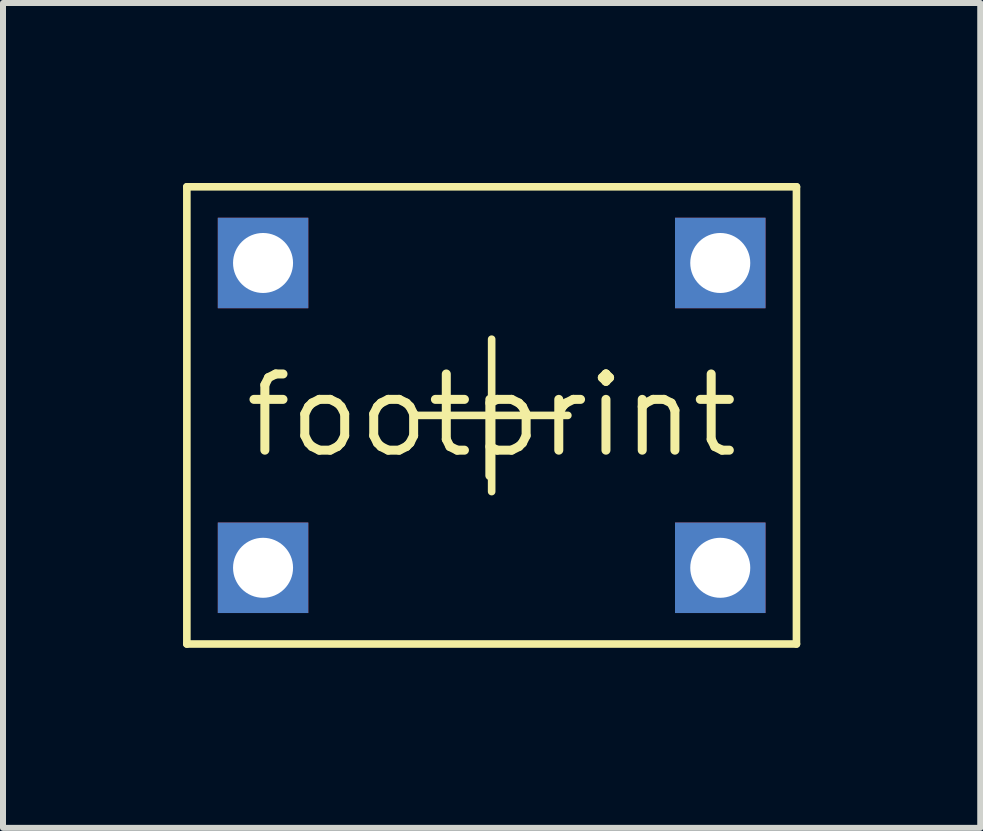
<source format=kicad_pcb>
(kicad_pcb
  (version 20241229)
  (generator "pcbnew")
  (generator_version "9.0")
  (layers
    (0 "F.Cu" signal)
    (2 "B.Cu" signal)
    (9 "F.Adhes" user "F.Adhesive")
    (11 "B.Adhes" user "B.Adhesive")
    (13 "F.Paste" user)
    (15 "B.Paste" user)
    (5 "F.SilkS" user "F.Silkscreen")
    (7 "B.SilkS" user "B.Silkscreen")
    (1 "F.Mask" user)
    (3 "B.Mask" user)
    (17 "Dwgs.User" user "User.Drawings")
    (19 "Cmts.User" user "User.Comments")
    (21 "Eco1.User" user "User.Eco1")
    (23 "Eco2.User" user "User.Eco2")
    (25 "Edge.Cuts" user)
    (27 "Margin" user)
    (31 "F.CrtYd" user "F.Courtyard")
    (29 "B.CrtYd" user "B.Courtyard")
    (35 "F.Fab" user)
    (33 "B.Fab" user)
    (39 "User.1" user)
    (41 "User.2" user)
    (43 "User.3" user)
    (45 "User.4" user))
  (footprint "footprint"
    (layer "F.Cu")
    (at 5.144 3.873)
    (property "Reference" "footprint" (at 0 0 0) (layer "F.SilkS") (effects (font (size 1.27 1.27) (thickness 0.15))))
    (fp_line (start -5.08 -3.81) (end 5.08 -3.81) (stroke (width 0.127) (type solid)) (layer "F.SilkS"))
    (fp_line (start -5.08 3.81) (end -5.08 -3.81) (stroke (width 0.127) (type solid)) (layer "F.SilkS"))
    (fp_line (start -1.27 0) (end 1.27 0) (stroke (width 0.127) (type solid)) (layer "F.SilkS"))
    (fp_line (start 0 -1.27) (end 0 1.27) (stroke (width 0.127) (type solid)) (layer "F.SilkS"))
    (fp_line (start 5.08 -3.81) (end 5.08 3.81) (stroke (width 0.127) (type solid)) (layer "F.SilkS"))
    (fp_line (start 5.08 3.81) (end -5.08 3.81) (stroke (width 0.127) (type solid)) (layer "F.SilkS"))
    (pad "P$1" thru_hole rect (at -3.81 -2.54) (size 1.508 1.508) (drill 1) (layers "*.Cu" "*.Mask"))
    (pad "P$2" thru_hole rect (at 3.81 -2.54) (size 1.508 1.508) (drill 1) (layers "*.Cu" "*.Mask"))
    (pad "P$3" thru_hole rect (at -3.81 2.54) (size 1.508 1.508) (drill 1) (layers "*.Cu" "*.Mask"))
    (pad "P$4" thru_hole rect (at 3.81 2.54) (size 1.508 1.508) (drill 1) (layers "*.Cu" "*.Mask")))
  (gr_rect
    (start -3 -3)
    (end 13.287 10.747)
    (stroke (width 0.1) (type default))
    (fill no)
    (layer "Edge.Cuts")))
</source>
